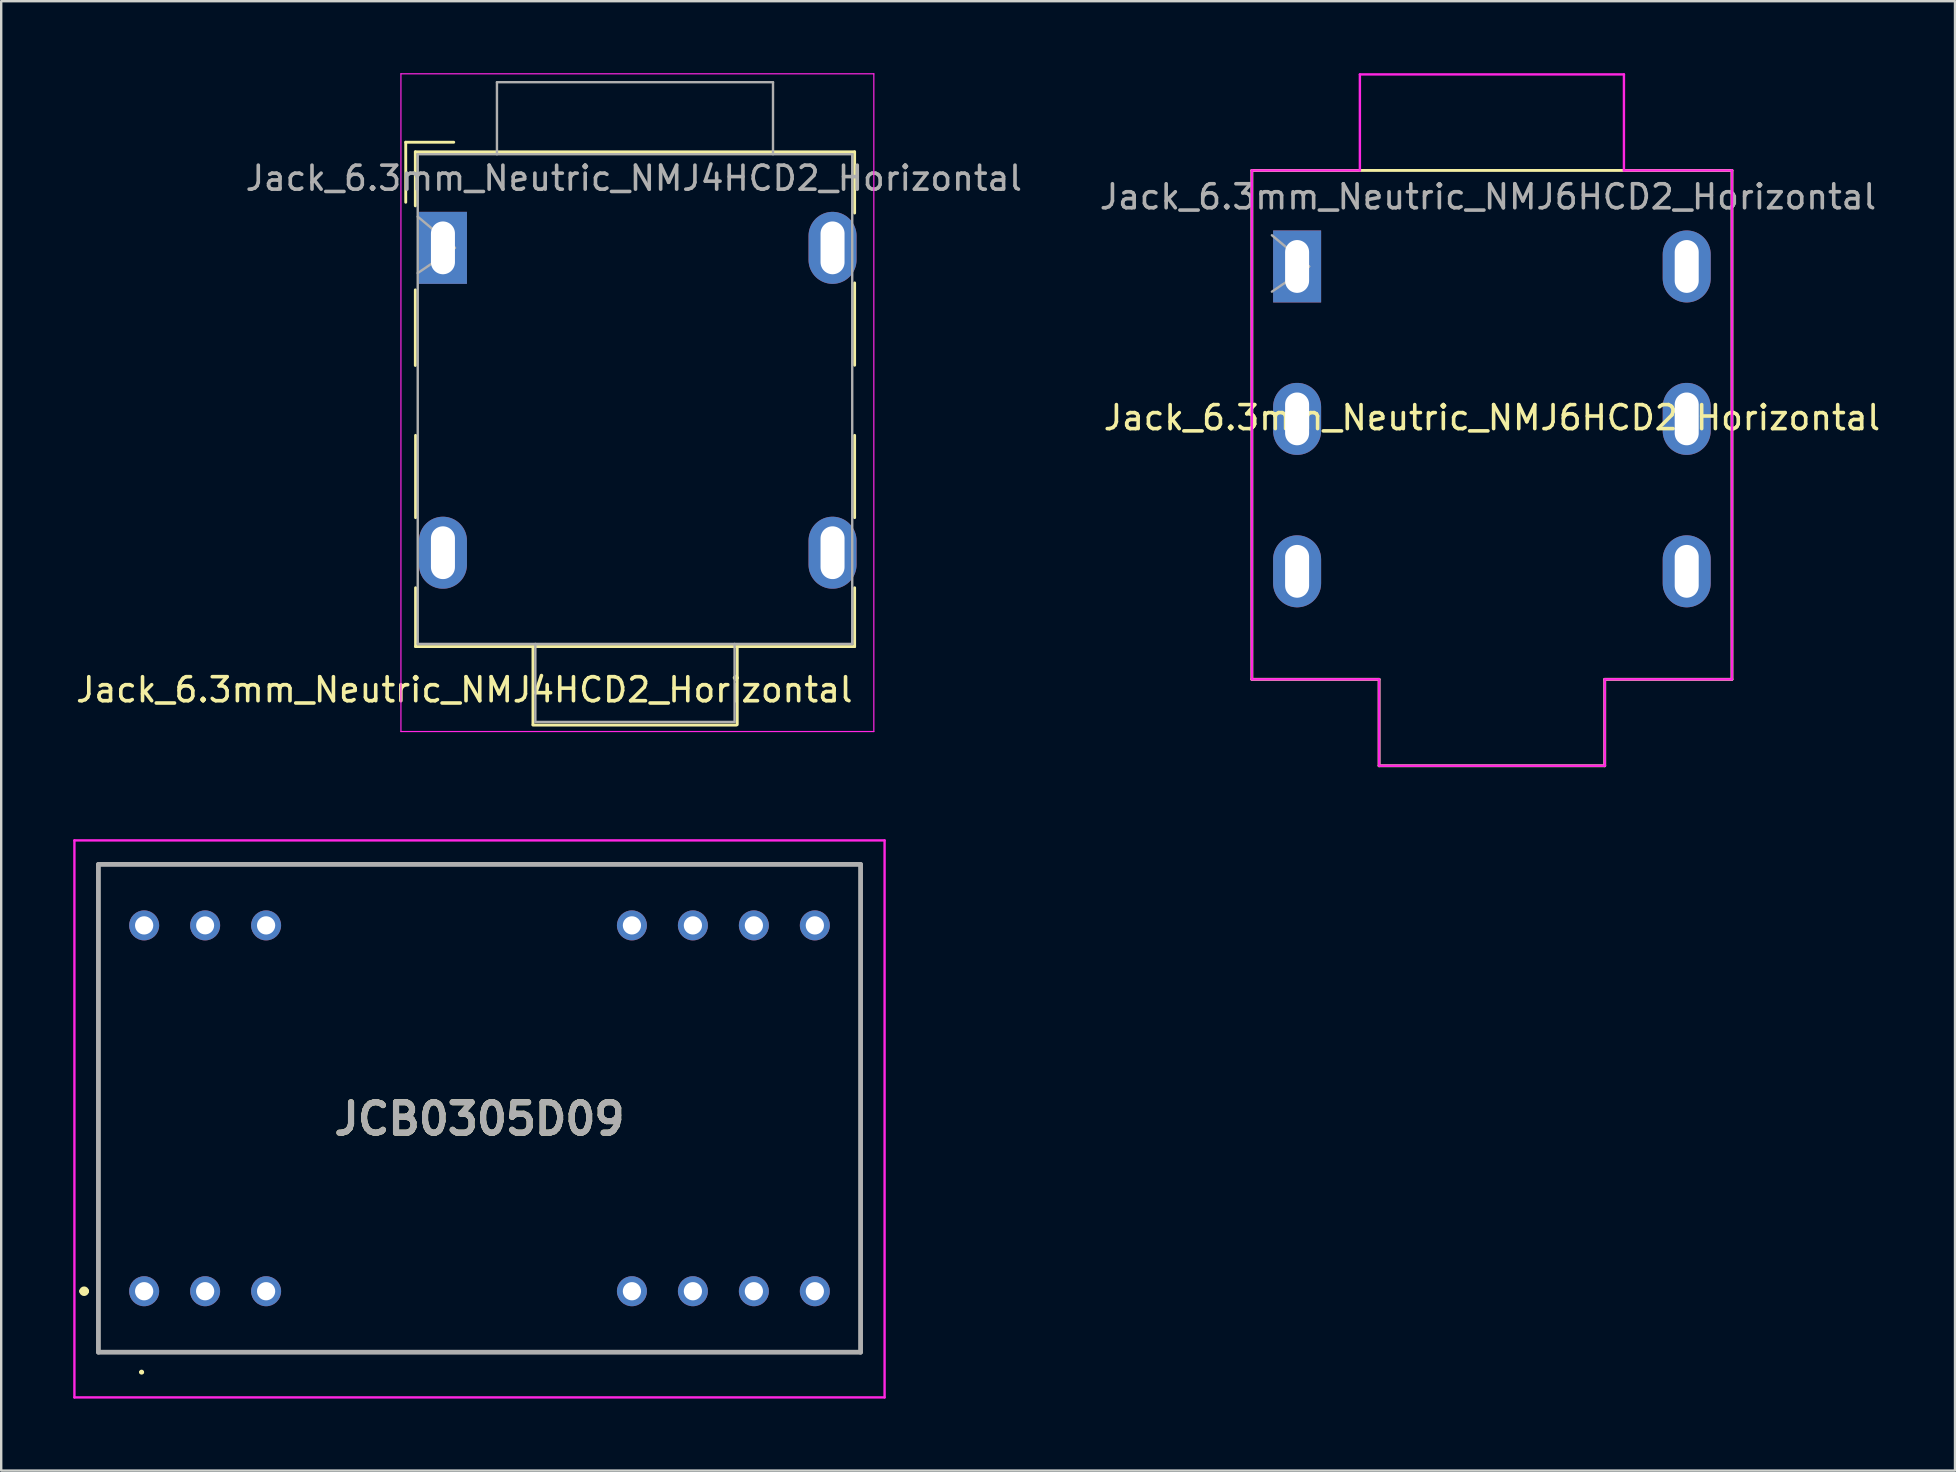
<source format=kicad_pcb>
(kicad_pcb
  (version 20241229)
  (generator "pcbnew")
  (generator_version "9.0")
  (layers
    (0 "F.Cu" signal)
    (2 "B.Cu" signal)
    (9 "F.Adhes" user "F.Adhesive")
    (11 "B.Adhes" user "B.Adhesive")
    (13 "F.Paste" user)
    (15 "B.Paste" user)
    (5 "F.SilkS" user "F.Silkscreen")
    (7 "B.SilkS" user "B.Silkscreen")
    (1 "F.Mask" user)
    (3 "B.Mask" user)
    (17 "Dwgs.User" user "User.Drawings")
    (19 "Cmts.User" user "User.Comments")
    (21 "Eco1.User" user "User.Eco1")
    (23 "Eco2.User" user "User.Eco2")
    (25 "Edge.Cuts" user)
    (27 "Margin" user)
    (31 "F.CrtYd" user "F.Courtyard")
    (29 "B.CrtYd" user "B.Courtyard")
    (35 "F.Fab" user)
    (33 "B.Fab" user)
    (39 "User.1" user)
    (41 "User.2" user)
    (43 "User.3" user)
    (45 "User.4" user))
  (footprint "Jack_6.3mm_Neutric_NMJ6HCD2_Horizontal"
    (layer "F.Cu")
    (at 59.1 4.05)
    (property "Reference" "Jack_6.3mm_Neutric_NMJ6HCD2_Horizontal" (at 0 10.3 0) (layer "F.SilkS") (effects (font (size 1 1) (thickness 0.15))))
    (attr through_hole)
    (fp_line (start -10 0) (end -10 21.2) (stroke (width 0.12) (type solid)) (layer "F.SilkS"))
    (fp_line (start -10 0) (end 10 0) (stroke (width 0.12) (type solid)) (layer "F.SilkS"))
    (fp_line (start -10 21.2) (end -4.7 21.2) (stroke (width 0.12) (type solid)) (layer "F.SilkS"))
    (fp_line (start -4.7 21.2) (end -4.7 24.8) (stroke (width 0.12) (type solid)) (layer "F.SilkS"))
    (fp_line (start -4.7 24.8) (end 4.7 24.8) (stroke (width 0.12) (type solid)) (layer "F.SilkS"))
    (fp_line (start 4.7 21.2) (end 4.7 24.8) (stroke (width 0.12) (type solid)) (layer "F.SilkS"))
    (fp_line (start 4.7 21.2) (end 10 21.2) (stroke (width 0.12) (type solid)) (layer "F.SilkS"))
    (fp_line (start 10 0) (end 10 21.2) (stroke (width 0.12) (type solid)) (layer "F.SilkS"))
    (fp_line (start -10 0) (end -5.5 0) (stroke (width 0.1) (type solid)) (layer "F.CrtYd"))
    (fp_line (start -10 21.2) (end -10 0) (stroke (width 0.1) (type solid)) (layer "F.CrtYd"))
    (fp_line (start -5.5 -4) (end 5.5 -4) (stroke (width 0.1) (type solid)) (layer "F.CrtYd"))
    (fp_line (start -5.5 0) (end -5.5 -4) (stroke (width 0.1) (type solid)) (layer "F.CrtYd"))
    (fp_line (start -4.7 21.2) (end -10 21.2) (stroke (width 0.1) (type solid)) (layer "F.CrtYd"))
    (fp_line (start -4.7 21.2) (end -4.7 24.8) (stroke (width 0.1) (type solid)) (layer "F.CrtYd"))
    (fp_line (start -4.7 24.8) (end 4.7 24.8) (stroke (width 0.1) (type solid)) (layer "F.CrtYd"))
    (fp_line (start 4.7 24.8) (end 4.7 21.2) (stroke (width 0.1) (type solid)) (layer "F.CrtYd"))
    (fp_line (start 5.5 -4) (end 5.5 0) (stroke (width 0.1) (type solid)) (layer "F.CrtYd"))
    (fp_line (start 5.5 0) (end 10 0) (stroke (width 0.1) (type solid)) (layer "F.CrtYd"))
    (fp_line (start 10 0) (end 10 21.2) (stroke (width 0.1) (type solid)) (layer "F.CrtYd"))
    (fp_line (start 10 21.2) (end 4.7 21.2) (stroke (width 0.1) (type solid)) (layer "F.CrtYd"))
    (fp_line (start -9.165 2.7) (end -7.615 4) (stroke (width 0.1) (type solid)) (layer "F.Fab"))
    (fp_line (start -7.615 4) (end -9.165 5.05) (stroke (width 0.1) (type solid)) (layer "F.Fab"))
    (fp_text user "${REFERENCE}" (at -0.165 1.1 0) (layer "F.Fab") (effects (font (size 1 1) (thickness 0.15))))
    (pad "1" thru_hole oval (at 8.115 4) (size 2 3) (drill oval 1 2.2) (layers "*.Cu" "*.Mask"))
    (pad "2" thru_hole oval (at 8.115 10.35) (size 2 3) (drill oval 1 2.2) (layers "*.Cu" "*.Mask"))
    (pad "3" thru_hole oval (at 8.115 16.7) (size 2 3) (drill oval 1 2.2) (layers "*.Cu" "*.Mask"))
    (pad "4" thru_hole rect (at -8.115 4) (size 2 3) (drill oval 1 2.2) (layers "*.Cu" "*.Mask"))
    (pad "5" thru_hole oval (at -8.115 10.35) (size 2 3) (drill oval 1 2.2) (layers "*.Cu" "*.Mask"))
    (pad "6" thru_hole oval (at -8.115 16.7) (size 2 3) (drill oval 1 2.2) (layers "*.Cu" "*.Mask")))
  (footprint "JCB0305D09"
    (layer "F.Cu")
    (at 2.955 50.74)
    (property "Reference" "JCB0305D09" (at 13.97 -7.179 0) (layer "F.SilkS") (effects (font (size 1.27 1.27) (thickness 0.254))))
    (attr through_hole)
    (fp_line (start -2.6 0) (end -2.6 0) (stroke (width 0.2) (type solid)) (layer "F.SilkS"))
    (fp_line (start -2.4 0) (end -2.4 0) (stroke (width 0.2) (type solid)) (layer "F.SilkS"))
    (fp_line (start -1.905 -17.78) (end -1.905 2.54) (stroke (width 0.1) (type solid)) (layer "F.SilkS"))
    (fp_line (start -1.905 2.54) (end 29.845 2.54) (stroke (width 0.1) (type solid)) (layer "F.SilkS"))
    (fp_line (start -0.159 3.371) (end -0.159 3.371) (stroke (width 0.104) (type solid)) (layer "F.SilkS"))
    (fp_line (start -0.055 3.371) (end -0.055 3.371) (stroke (width 0.104) (type solid)) (layer "F.SilkS"))
    (fp_line (start 29.845 -17.78) (end -1.905 -17.78) (stroke (width 0.1) (type solid)) (layer "F.SilkS"))
    (fp_line (start 29.845 2.54) (end 29.845 -17.78) (stroke (width 0.1) (type solid)) (layer "F.SilkS"))
    (fp_arc (start -2.6 0) (mid -2.5 -0.1) (end -2.4 0) (stroke (width 0.2) (type solid)) (layer "F.SilkS"))
    (fp_arc (start -2.4 0) (mid -2.5 0.1) (end -2.6 0) (stroke (width 0.2) (type solid)) (layer "F.SilkS"))
    (fp_arc (start -0.159 3.371) (mid -0.107 3.319) (end -0.055 3.371) (stroke (width 0.104) (type solid)) (layer "F.SilkS"))
    (fp_arc (start -0.055 3.371) (mid -0.107 3.423) (end -0.159 3.371) (stroke (width 0.104) (type solid)) (layer "F.SilkS"))
    (fp_line (start -2.905 -18.78) (end 30.845 -18.78) (stroke (width 0.1) (type solid)) (layer "F.CrtYd"))
    (fp_line (start -2.905 4.423) (end -2.905 -18.78) (stroke (width 0.1) (type solid)) (layer "F.CrtYd"))
    (fp_line (start 30.845 -18.78) (end 30.845 4.423) (stroke (width 0.1) (type solid)) (layer "F.CrtYd"))
    (fp_line (start 30.845 4.423) (end -2.905 4.423) (stroke (width 0.1) (type solid)) (layer "F.CrtYd"))
    (fp_line (start -1.905 -17.78) (end 29.845 -17.78) (stroke (width 0.2) (type solid)) (layer "F.Fab"))
    (fp_line (start -1.905 2.54) (end -1.905 -17.78) (stroke (width 0.2) (type solid)) (layer "F.Fab"))
    (fp_line (start 29.845 -17.78) (end 29.845 2.54) (stroke (width 0.2) (type solid)) (layer "F.Fab"))
    (fp_line (start 29.845 2.54) (end -1.905 2.54) (stroke (width 0.2) (type solid)) (layer "F.Fab"))
    (fp_text user "${REFERENCE}" (at 13.97 -7.179 0) (layer "F.Fab") (effects (font (size 1.27 1.27) (thickness 0.254))))
    (pad "1" thru_hole circle (at 0 0) (size 1.25 1.25) (drill 0.76) (layers "*.Cu" "*.Mask"))
    (pad "2" thru_hole circle (at 2.54 0) (size 1.25 1.25) (drill 0.76) (layers "*.Cu" "*.Mask"))
    (pad "3" thru_hole circle (at 5.08 0) (size 1.25 1.25) (drill 0.76) (layers "*.Cu" "*.Mask"))
    (pad "9" thru_hole circle (at 20.32 0) (size 1.25 1.25) (drill 0.76) (layers "*.Cu" "*.Mask"))
    (pad "10" thru_hole circle (at 22.86 0) (size 1.25 1.25) (drill 0.76) (layers "*.Cu" "*.Mask"))
    (pad "11" thru_hole circle (at 25.4 0) (size 1.25 1.25) (drill 0.76) (layers "*.Cu" "*.Mask"))
    (pad "12" thru_hole circle (at 27.94 0) (size 1.25 1.25) (drill 0.76) (layers "*.Cu" "*.Mask"))
    (pad "13" thru_hole circle (at 27.94 -15.24) (size 1.25 1.25) (drill 0.76) (layers "*.Cu" "*.Mask"))
    (pad "14" thru_hole circle (at 25.4 -15.24) (size 1.25 1.25) (drill 0.76) (layers "*.Cu" "*.Mask"))
    (pad "15" thru_hole circle (at 22.86 -15.24) (size 1.25 1.25) (drill 0.76) (layers "*.Cu" "*.Mask"))
    (pad "16" thru_hole circle (at 20.32 -15.24) (size 1.25 1.25) (drill 0.76) (layers "*.Cu" "*.Mask"))
    (pad "22" thru_hole circle (at 5.08 -15.24) (size 1.25 1.25) (drill 0.76) (layers "*.Cu" "*.Mask"))
    (pad "23" thru_hole circle (at 2.54 -15.24) (size 1.25 1.25) (drill 0.75) (layers "*.Cu" "*.Mask"))
    (pad "24" thru_hole circle (at 0 -15.24) (size 1.25 1.25) (drill 0.76) (layers "*.Cu" "*.Mask")))
  (footprint "Jack_6.3mm_Neutric_NMJ4HCD2_Horizontal"
    (layer "F.Cu")
    (at 15.402 7.275)
    (property "Reference" "Jack_6.3mm_Neutric_NMJ4HCD2_Horizontal" (at 0.89 18.41 0) (layer "F.SilkS") (effects (font (size 1 1) (thickness 0.15))))
    (attr through_hole)
    (fp_line (start -1.55 -4.4) (end -1.55 -1.9) (stroke (width 0.12) (type solid)) (layer "F.SilkS"))
    (fp_line (start -1.15 -4) (end 17.15 -4) (stroke (width 0.12) (type solid)) (layer "F.SilkS"))
    (fp_line (start -1.15 -1.75) (end -1.15 -4) (stroke (width 0.12) (type solid)) (layer "F.SilkS"))
    (fp_line (start -1.15 4.9) (end -1.15 1.75) (stroke (width 0.12) (type solid)) (layer "F.SilkS"))
    (fp_line (start -1.14 11.24) (end -1.14 7.81) (stroke (width 0.12) (type solid)) (layer "F.SilkS"))
    (fp_line (start -1.14 16.61) (end -1.14 14.16) (stroke (width 0.12) (type solid)) (layer "F.SilkS"))
    (fp_line (start -1.14 16.61) (end 17.15 16.61) (stroke (width 0.12) (type solid)) (layer "F.SilkS"))
    (fp_line (start 0.45 -4.4) (end -1.55 -4.4) (stroke (width 0.12) (type solid)) (layer "F.SilkS"))
    (fp_line (start 3.75 16.64) (end 3.75 19.86) (stroke (width 0.12) (type solid)) (layer "F.SilkS"))
    (fp_line (start 3.75 19.88) (end 12.23 19.88) (stroke (width 0.12) (type solid)) (layer "F.SilkS"))
    (fp_line (start 12.26 16.64) (end 12.26 19.86) (stroke (width 0.12) (type solid)) (layer "F.SilkS"))
    (fp_line (start 17.15 -4) (end 17.15 -1.45) (stroke (width 0.12) (type solid)) (layer "F.SilkS"))
    (fp_line (start 17.15 1.46) (end 17.15 4.89) (stroke (width 0.12) (type solid)) (layer "F.SilkS"))
    (fp_line (start 17.15 7.81) (end 17.15 11.24) (stroke (width 0.12) (type solid)) (layer "F.SilkS"))
    (fp_line (start 17.15 16.61) (end 17.15 14.16) (stroke (width 0.12) (type solid)) (layer "F.SilkS"))
    (fp_line (start -1.75 -7.25) (end -1.75 20.15) (stroke (width 0.05) (type solid)) (layer "F.CrtYd"))
    (fp_line (start -1.75 -7.25) (end 17.95 -7.25) (stroke (width 0.05) (type solid)) (layer "F.CrtYd"))
    (fp_line (start -1.75 20.15) (end 17.95 20.15) (stroke (width 0.05) (type solid)) (layer "F.CrtYd"))
    (fp_line (start 17.95 20.15) (end 17.95 -7.25) (stroke (width 0.05) (type solid)) (layer "F.CrtYd"))
    (fp_line (start -1.05 -3.9) (end 17.05 -3.9) (stroke (width 0.1) (type solid)) (layer "F.Fab"))
    (fp_line (start -1.05 -1.3) (end 0.5 0) (stroke (width 0.1) (type solid)) (layer "F.Fab"))
    (fp_line (start -1.05 16.5) (end -1.05 -3.9) (stroke (width 0.1) (type solid)) (layer "F.Fab"))
    (fp_line (start 0.5 0) (end -1.05 1.05) (stroke (width 0.1) (type solid)) (layer "F.Fab"))
    (fp_line (start 2.25 -6.9) (end 13.75 -6.9) (stroke (width 0.1) (type solid)) (layer "F.Fab"))
    (fp_line (start 2.25 -3.9) (end 2.25 -6.9) (stroke (width 0.1) (type solid)) (layer "F.Fab"))
    (fp_line (start 3.85 16.5) (end 3.85 19.75) (stroke (width 0.1) (type solid)) (layer "F.Fab"))
    (fp_line (start 3.85 19.75) (end 12.15 19.75) (stroke (width 0.1) (type solid)) (layer "F.Fab"))
    (fp_line (start 12.15 19.75) (end 12.15 16.5) (stroke (width 0.1) (type solid)) (layer "F.Fab"))
    (fp_line (start 13.75 -6.9) (end 13.75 -3.9) (stroke (width 0.1) (type solid)) (layer "F.Fab"))
    (fp_line (start 17.05 -3.9) (end 17.05 16.5) (stroke (width 0.1) (type solid)) (layer "F.Fab"))
    (fp_line (start 17.05 16.5) (end -1.05 16.5) (stroke (width 0.1) (type solid)) (layer "F.Fab"))
    (fp_text user "${REFERENCE}" (at 7.95 -2.9 0) (layer "F.Fab") (effects (font (size 1 1) (thickness 0.15))))
    (pad "1" thru_hole rect (at 0 0) (size 2 3) (drill oval 1 2.2) (layers "*.Cu" "*.Mask"))
    (pad "2" thru_hole oval (at 0 12.7) (size 2 3) (drill oval 1 2.2) (layers "*.Cu" "*.Mask"))
    (pad "4" thru_hole oval (at 16.23 0) (size 2 3) (drill oval 1 2.2) (layers "*.Cu" "*.Mask"))
    (pad "5" thru_hole oval (at 16.23 12.7) (size 2 3) (drill oval 1 2.2) (layers "*.Cu" "*.Mask")))
  (gr_rect
    (start -3 -3)
    (end 78.392 58.213)
    (stroke (width 0.1) (type default))
    (fill no)
    (layer "Edge.Cuts")))
</source>
